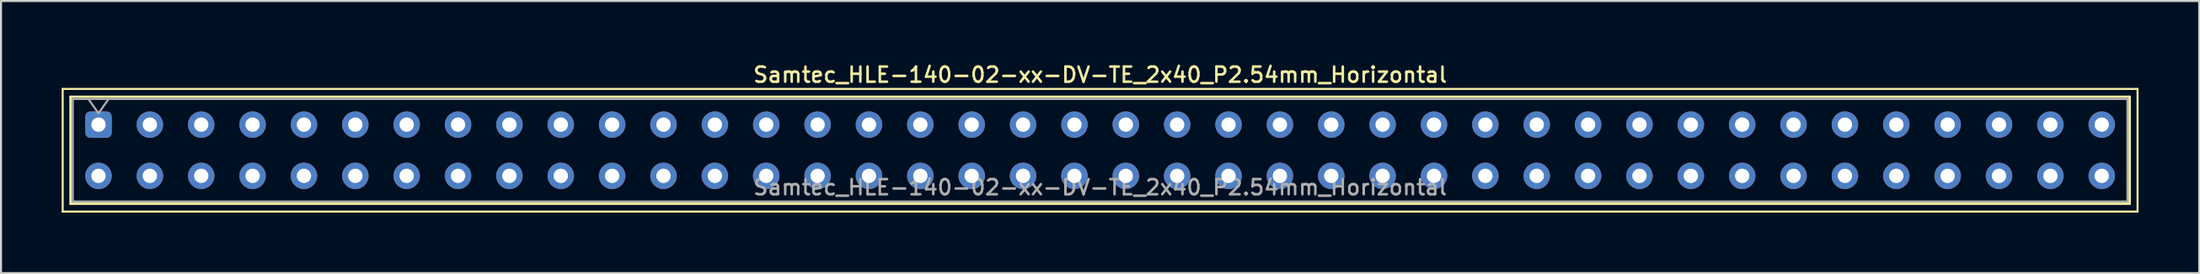
<source format=kicad_pcb>
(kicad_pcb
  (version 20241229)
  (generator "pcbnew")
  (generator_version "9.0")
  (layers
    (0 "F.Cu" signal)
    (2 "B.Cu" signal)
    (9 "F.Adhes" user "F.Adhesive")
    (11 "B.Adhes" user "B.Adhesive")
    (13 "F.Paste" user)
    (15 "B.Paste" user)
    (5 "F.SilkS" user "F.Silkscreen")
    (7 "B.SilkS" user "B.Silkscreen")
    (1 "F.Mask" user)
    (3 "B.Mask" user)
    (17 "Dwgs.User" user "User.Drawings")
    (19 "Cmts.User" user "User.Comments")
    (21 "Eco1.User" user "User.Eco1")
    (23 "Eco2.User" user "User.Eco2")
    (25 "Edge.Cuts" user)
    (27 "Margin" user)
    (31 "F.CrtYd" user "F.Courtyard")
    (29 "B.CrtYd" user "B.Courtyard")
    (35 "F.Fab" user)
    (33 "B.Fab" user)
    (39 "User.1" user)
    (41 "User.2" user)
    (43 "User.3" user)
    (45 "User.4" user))
  (footprint "Samtec_HLE-140-02-xx-DV-TE_2x40_P2.54mm_Horizontal"
    (layer "F.Cu")
    (at 1.82 3.128)
    (property "Reference" "Samtec_HLE-140-02-xx-DV-TE_2x40_P2.54mm_Horizontal" (at 49.53 -2.47 0) (layer "F.SilkS") (effects (font (size 0.75 0.75) (thickness 0.125))))
    (attr through_hole)
    (fp_line (start -1.77 -1.77) (end 100.83 -1.77) (stroke (width 0.1) (type solid)) (layer "F.SilkS"))
    (fp_line (start -1.77 4.31) (end -1.77 -1.77) (stroke (width 0.1) (type solid)) (layer "F.SilkS"))
    (fp_line (start -1.38 -1.38) (end 100.44 -1.38) (stroke (width 0.12) (type solid)) (layer "F.SilkS"))
    (fp_line (start -1.38 3.92) (end -1.38 -1.38) (stroke (width 0.12) (type solid)) (layer "F.SilkS"))
    (fp_line (start 100.44 -1.38) (end 100.44 3.92) (stroke (width 0.12) (type solid)) (layer "F.SilkS"))
    (fp_line (start 100.44 3.92) (end -1.38 3.92) (stroke (width 0.12) (type solid)) (layer "F.SilkS"))
    (fp_line (start 100.83 -1.77) (end 100.83 4.31) (stroke (width 0.1) (type solid)) (layer "F.SilkS"))
    (fp_line (start 100.83 4.31) (end -1.77 4.31) (stroke (width 0.1) (type solid)) (layer "F.SilkS"))
    (fp_line (start -1.27 -1.27) (end 100.33 -1.27) (stroke (width 0.1) (type solid)) (layer "F.Fab"))
    (fp_line (start -1.27 3.81) (end -1.27 -1.27) (stroke (width 0.1) (type solid)) (layer "F.Fab"))
    (fp_line (start -0.5 -1.27) (end 0 -0.563) (stroke (width 0.1) (type solid)) (layer "F.Fab"))
    (fp_line (start 0 -0.563) (end 0.5 -1.27) (stroke (width 0.1) (type solid)) (layer "F.Fab"))
    (fp_line (start 100.33 -1.27) (end 100.33 3.81) (stroke (width 0.1) (type solid)) (layer "F.Fab"))
    (fp_line (start 100.33 3.81) (end -1.27 3.81) (stroke (width 0.1) (type solid)) (layer "F.Fab"))
    (fp_text user "${REFERENCE}" (at 49.53 3.11 0) (layer "F.Fab") (effects (font (size 0.75 0.75) (thickness 0.125))))
    (pad "1" thru_hole roundrect (at 0 0) (size 1.31 1.31) (drill 0.71) (layers "*.Cu" "*.Mask") (roundrect_rratio 0.191))
    (pad "2" thru_hole circle (at 0 2.54) (size 1.31 1.31) (drill 0.71) (layers "*.Cu" "*.Mask"))
    (pad "3" thru_hole circle (at 2.54 0) (size 1.31 1.31) (drill 0.71) (layers "*.Cu" "*.Mask"))
    (pad "4" thru_hole circle (at 2.54 2.54) (size 1.31 1.31) (drill 0.71) (layers "*.Cu" "*.Mask"))
    (pad "5" thru_hole circle (at 5.08 0) (size 1.31 1.31) (drill 0.71) (layers "*.Cu" "*.Mask"))
    (pad "6" thru_hole circle (at 5.08 2.54) (size 1.31 1.31) (drill 0.71) (layers "*.Cu" "*.Mask"))
    (pad "7" thru_hole circle (at 7.62 0) (size 1.31 1.31) (drill 0.71) (layers "*.Cu" "*.Mask"))
    (pad "8" thru_hole circle (at 7.62 2.54) (size 1.31 1.31) (drill 0.71) (layers "*.Cu" "*.Mask"))
    (pad "9" thru_hole circle (at 10.16 0) (size 1.31 1.31) (drill 0.71) (layers "*.Cu" "*.Mask"))
    (pad "10" thru_hole circle (at 10.16 2.54) (size 1.31 1.31) (drill 0.71) (layers "*.Cu" "*.Mask"))
    (pad "11" thru_hole circle (at 12.7 0) (size 1.31 1.31) (drill 0.71) (layers "*.Cu" "*.Mask"))
    (pad "12" thru_hole circle (at 12.7 2.54) (size 1.31 1.31) (drill 0.71) (layers "*.Cu" "*.Mask"))
    (pad "13" thru_hole circle (at 15.24 0) (size 1.31 1.31) (drill 0.71) (layers "*.Cu" "*.Mask"))
    (pad "14" thru_hole circle (at 15.24 2.54) (size 1.31 1.31) (drill 0.71) (layers "*.Cu" "*.Mask"))
    (pad "15" thru_hole circle (at 17.78 0) (size 1.31 1.31) (drill 0.71) (layers "*.Cu" "*.Mask"))
    (pad "16" thru_hole circle (at 17.78 2.54) (size 1.31 1.31) (drill 0.71) (layers "*.Cu" "*.Mask"))
    (pad "17" thru_hole circle (at 20.32 0) (size 1.31 1.31) (drill 0.71) (layers "*.Cu" "*.Mask"))
    (pad "18" thru_hole circle (at 20.32 2.54) (size 1.31 1.31) (drill 0.71) (layers "*.Cu" "*.Mask"))
    (pad "19" thru_hole circle (at 22.86 0) (size 1.31 1.31) (drill 0.71) (layers "*.Cu" "*.Mask"))
    (pad "20" thru_hole circle (at 22.86 2.54) (size 1.31 1.31) (drill 0.71) (layers "*.Cu" "*.Mask"))
    (pad "21" thru_hole circle (at 25.4 0) (size 1.31 1.31) (drill 0.71) (layers "*.Cu" "*.Mask"))
    (pad "22" thru_hole circle (at 25.4 2.54) (size 1.31 1.31) (drill 0.71) (layers "*.Cu" "*.Mask"))
    (pad "23" thru_hole circle (at 27.94 0) (size 1.31 1.31) (drill 0.71) (layers "*.Cu" "*.Mask"))
    (pad "24" thru_hole circle (at 27.94 2.54) (size 1.31 1.31) (drill 0.71) (layers "*.Cu" "*.Mask"))
    (pad "25" thru_hole circle (at 30.48 0) (size 1.31 1.31) (drill 0.71) (layers "*.Cu" "*.Mask"))
    (pad "26" thru_hole circle (at 30.48 2.54) (size 1.31 1.31) (drill 0.71) (layers "*.Cu" "*.Mask"))
    (pad "27" thru_hole circle (at 33.02 0) (size 1.31 1.31) (drill 0.71) (layers "*.Cu" "*.Mask"))
    (pad "28" thru_hole circle (at 33.02 2.54) (size 1.31 1.31) (drill 0.71) (layers "*.Cu" "*.Mask"))
    (pad "29" thru_hole circle (at 35.56 0) (size 1.31 1.31) (drill 0.71) (layers "*.Cu" "*.Mask"))
    (pad "30" thru_hole circle (at 35.56 2.54) (size 1.31 1.31) (drill 0.71) (layers "*.Cu" "*.Mask"))
    (pad "31" thru_hole circle (at 38.1 0) (size 1.31 1.31) (drill 0.71) (layers "*.Cu" "*.Mask"))
    (pad "32" thru_hole circle (at 38.1 2.54) (size 1.31 1.31) (drill 0.71) (layers "*.Cu" "*.Mask"))
    (pad "33" thru_hole circle (at 40.64 0) (size 1.31 1.31) (drill 0.71) (layers "*.Cu" "*.Mask"))
    (pad "34" thru_hole circle (at 40.64 2.54) (size 1.31 1.31) (drill 0.71) (layers "*.Cu" "*.Mask"))
    (pad "35" thru_hole circle (at 43.18 0) (size 1.31 1.31) (drill 0.71) (layers "*.Cu" "*.Mask"))
    (pad "36" thru_hole circle (at 43.18 2.54) (size 1.31 1.31) (drill 0.71) (layers "*.Cu" "*.Mask"))
    (pad "37" thru_hole circle (at 45.72 0) (size 1.31 1.31) (drill 0.71) (layers "*.Cu" "*.Mask"))
    (pad "38" thru_hole circle (at 45.72 2.54) (size 1.31 1.31) (drill 0.71) (layers "*.Cu" "*.Mask"))
    (pad "39" thru_hole circle (at 48.26 0) (size 1.31 1.31) (drill 0.71) (layers "*.Cu" "*.Mask"))
    (pad "40" thru_hole circle (at 48.26 2.54) (size 1.31 1.31) (drill 0.71) (layers "*.Cu" "*.Mask"))
    (pad "41" thru_hole circle (at 50.8 0) (size 1.31 1.31) (drill 0.71) (layers "*.Cu" "*.Mask"))
    (pad "42" thru_hole circle (at 50.8 2.54) (size 1.31 1.31) (drill 0.71) (layers "*.Cu" "*.Mask"))
    (pad "43" thru_hole circle (at 53.34 0) (size 1.31 1.31) (drill 0.71) (layers "*.Cu" "*.Mask"))
    (pad "44" thru_hole circle (at 53.34 2.54) (size 1.31 1.31) (drill 0.71) (layers "*.Cu" "*.Mask"))
    (pad "45" thru_hole circle (at 55.88 0) (size 1.31 1.31) (drill 0.71) (layers "*.Cu" "*.Mask"))
    (pad "46" thru_hole circle (at 55.88 2.54) (size 1.31 1.31) (drill 0.71) (layers "*.Cu" "*.Mask"))
    (pad "47" thru_hole circle (at 58.42 0) (size 1.31 1.31) (drill 0.71) (layers "*.Cu" "*.Mask"))
    (pad "48" thru_hole circle (at 58.42 2.54) (size 1.31 1.31) (drill 0.71) (layers "*.Cu" "*.Mask"))
    (pad "49" thru_hole circle (at 60.96 0) (size 1.31 1.31) (drill 0.71) (layers "*.Cu" "*.Mask"))
    (pad "50" thru_hole circle (at 60.96 2.54) (size 1.31 1.31) (drill 0.71) (layers "*.Cu" "*.Mask"))
    (pad "51" thru_hole circle (at 63.5 0) (size 1.31 1.31) (drill 0.71) (layers "*.Cu" "*.Mask"))
    (pad "52" thru_hole circle (at 63.5 2.54) (size 1.31 1.31) (drill 0.71) (layers "*.Cu" "*.Mask"))
    (pad "53" thru_hole circle (at 66.04 0) (size 1.31 1.31) (drill 0.71) (layers "*.Cu" "*.Mask"))
    (pad "54" thru_hole circle (at 66.04 2.54) (size 1.31 1.31) (drill 0.71) (layers "*.Cu" "*.Mask"))
    (pad "55" thru_hole circle (at 68.58 0) (size 1.31 1.31) (drill 0.71) (layers "*.Cu" "*.Mask"))
    (pad "56" thru_hole circle (at 68.58 2.54) (size 1.31 1.31) (drill 0.71) (layers "*.Cu" "*.Mask"))
    (pad "57" thru_hole circle (at 71.12 0) (size 1.31 1.31) (drill 0.71) (layers "*.Cu" "*.Mask"))
    (pad "58" thru_hole circle (at 71.12 2.54) (size 1.31 1.31) (drill 0.71) (layers "*.Cu" "*.Mask"))
    (pad "59" thru_hole circle (at 73.66 0) (size 1.31 1.31) (drill 0.71) (layers "*.Cu" "*.Mask"))
    (pad "60" thru_hole circle (at 73.66 2.54) (size 1.31 1.31) (drill 0.71) (layers "*.Cu" "*.Mask"))
    (pad "61" thru_hole circle (at 76.2 0) (size 1.31 1.31) (drill 0.71) (layers "*.Cu" "*.Mask"))
    (pad "62" thru_hole circle (at 76.2 2.54) (size 1.31 1.31) (drill 0.71) (layers "*.Cu" "*.Mask"))
    (pad "63" thru_hole circle (at 78.74 0) (size 1.31 1.31) (drill 0.71) (layers "*.Cu" "*.Mask"))
    (pad "64" thru_hole circle (at 78.74 2.54) (size 1.31 1.31) (drill 0.71) (layers "*.Cu" "*.Mask"))
    (pad "65" thru_hole circle (at 81.28 0) (size 1.31 1.31) (drill 0.71) (layers "*.Cu" "*.Mask"))
    (pad "66" thru_hole circle (at 81.28 2.54) (size 1.31 1.31) (drill 0.71) (layers "*.Cu" "*.Mask"))
    (pad "67" thru_hole circle (at 83.82 0) (size 1.31 1.31) (drill 0.71) (layers "*.Cu" "*.Mask"))
    (pad "68" thru_hole circle (at 83.82 2.54) (size 1.31 1.31) (drill 0.71) (layers "*.Cu" "*.Mask"))
    (pad "69" thru_hole circle (at 86.36 0) (size 1.31 1.31) (drill 0.71) (layers "*.Cu" "*.Mask"))
    (pad "70" thru_hole circle (at 86.36 2.54) (size 1.31 1.31) (drill 0.71) (layers "*.Cu" "*.Mask"))
    (pad "71" thru_hole circle (at 88.9 0) (size 1.31 1.31) (drill 0.71) (layers "*.Cu" "*.Mask"))
    (pad "72" thru_hole circle (at 88.9 2.54) (size 1.31 1.31) (drill 0.71) (layers "*.Cu" "*.Mask"))
    (pad "73" thru_hole circle (at 91.44 0) (size 1.31 1.31) (drill 0.71) (layers "*.Cu" "*.Mask"))
    (pad "74" thru_hole circle (at 91.44 2.54) (size 1.31 1.31) (drill 0.71) (layers "*.Cu" "*.Mask"))
    (pad "75" thru_hole circle (at 93.98 0) (size 1.31 1.31) (drill 0.71) (layers "*.Cu" "*.Mask"))
    (pad "76" thru_hole circle (at 93.98 2.54) (size 1.31 1.31) (drill 0.71) (layers "*.Cu" "*.Mask"))
    (pad "77" thru_hole circle (at 96.52 0) (size 1.31 1.31) (drill 0.71) (layers "*.Cu" "*.Mask"))
    (pad "78" thru_hole circle (at 96.52 2.54) (size 1.31 1.31) (drill 0.71) (layers "*.Cu" "*.Mask"))
    (pad "79" thru_hole circle (at 99.06 0) (size 1.31 1.31) (drill 0.71) (layers "*.Cu" "*.Mask"))
    (pad "80" thru_hole circle (at 99.06 2.54) (size 1.31 1.31) (drill 0.71) (layers "*.Cu" "*.Mask")))
  (gr_rect
    (start -3 -3)
    (end 105.7 10.488)
    (stroke (width 0.1) (type default))
    (fill no)
    (layer "Edge.Cuts")))
</source>
